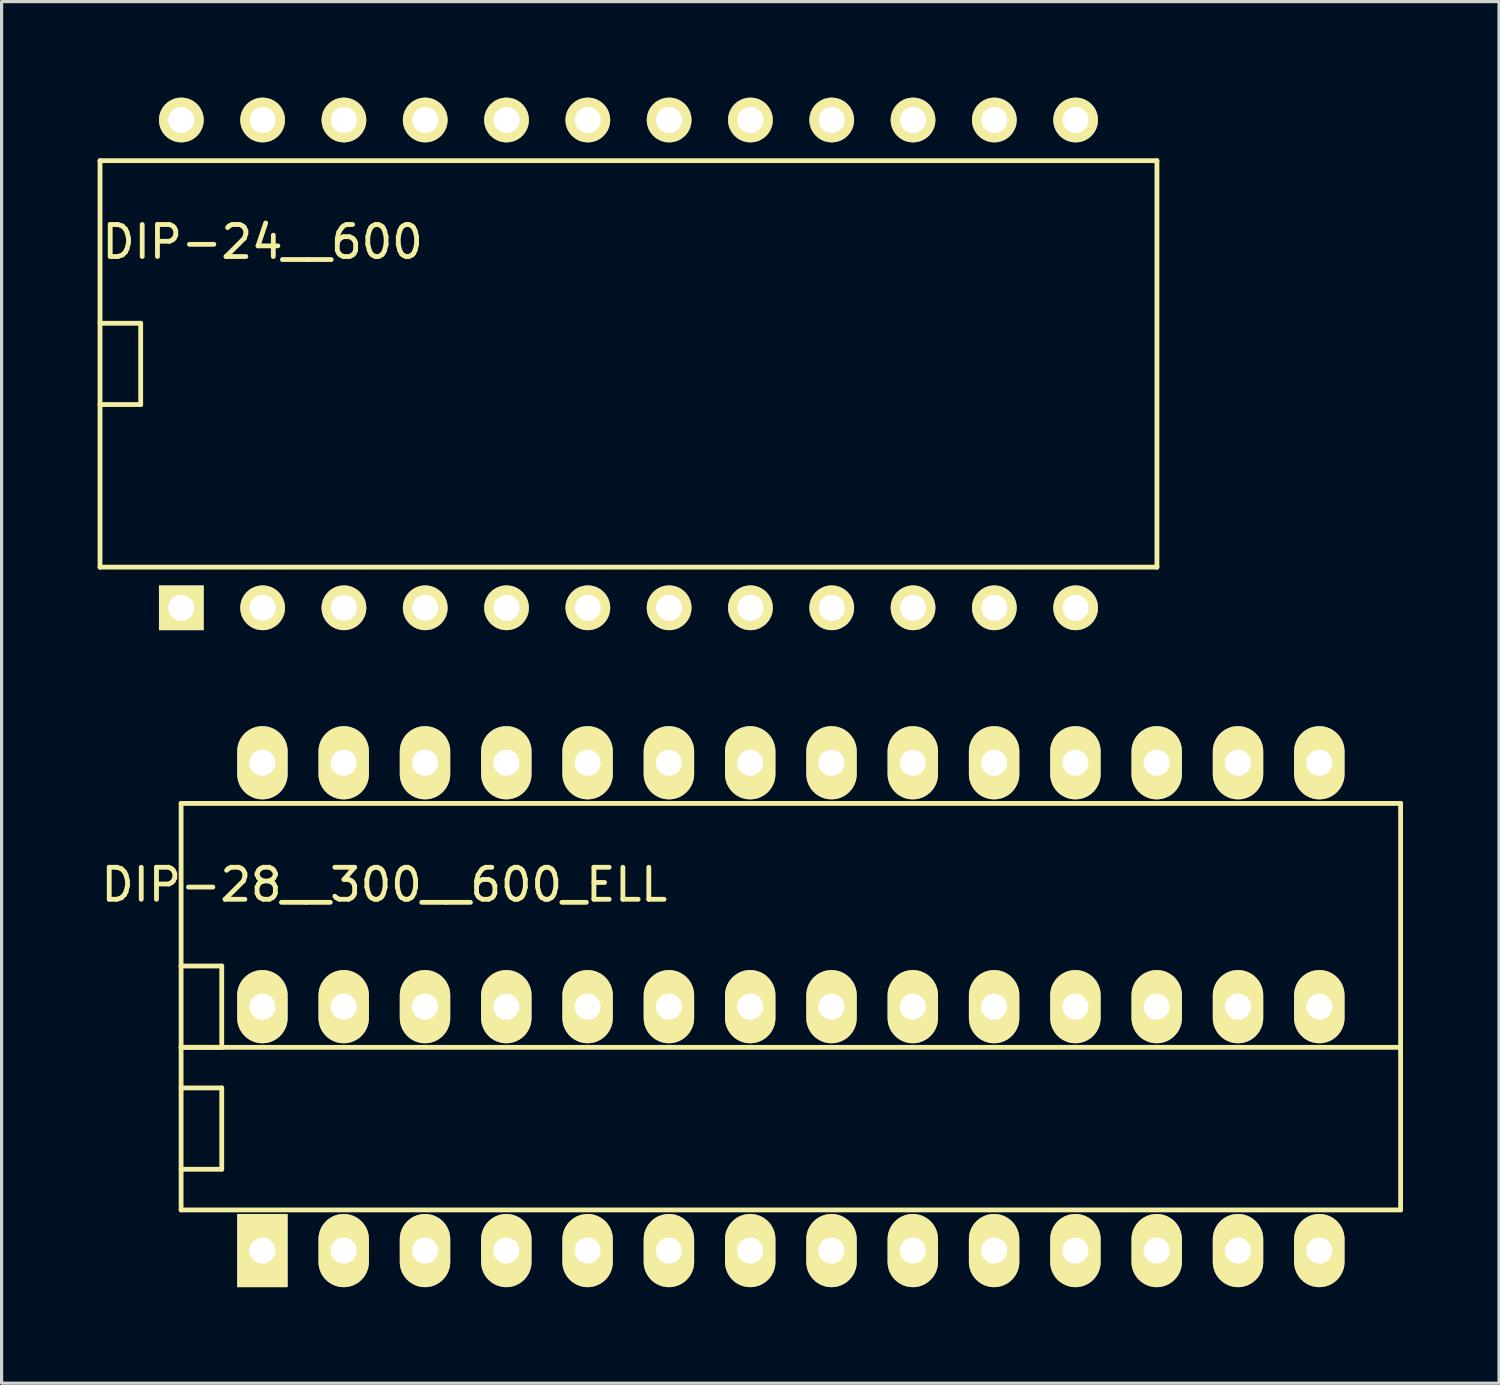
<source format=kicad_pcb>
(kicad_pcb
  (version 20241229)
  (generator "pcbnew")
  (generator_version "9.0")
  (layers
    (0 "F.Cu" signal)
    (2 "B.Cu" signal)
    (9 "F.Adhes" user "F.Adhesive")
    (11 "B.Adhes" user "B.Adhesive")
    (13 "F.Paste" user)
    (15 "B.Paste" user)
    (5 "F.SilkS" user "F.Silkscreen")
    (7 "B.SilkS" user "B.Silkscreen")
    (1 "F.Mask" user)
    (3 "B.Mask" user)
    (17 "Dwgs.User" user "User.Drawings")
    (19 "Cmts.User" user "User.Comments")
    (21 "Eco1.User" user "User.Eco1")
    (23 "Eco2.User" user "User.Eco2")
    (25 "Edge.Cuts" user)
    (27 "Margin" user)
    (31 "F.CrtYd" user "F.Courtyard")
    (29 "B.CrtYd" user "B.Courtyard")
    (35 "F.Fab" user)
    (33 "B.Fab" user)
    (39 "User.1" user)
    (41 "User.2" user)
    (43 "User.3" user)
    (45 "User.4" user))
  (footprint "DIP-24__600"
    (layer "F.Cu")
    (at 16.585 8.319)
    (property "Reference" "DIP-24__600" (at -11.43 -3.81 0) (layer "F.SilkS") (effects (font (size 1 1) (thickness 0.15))))
    (attr through_hole)
    (fp_line (start -16.51 -6.35) (end 16.51 -6.35) (stroke (width 0.15) (type solid)) (layer "F.SilkS"))
    (fp_line (start -16.51 -1.27) (end -15.24 -1.27) (stroke (width 0.15) (type solid)) (layer "F.SilkS"))
    (fp_line (start -16.51 6.35) (end -16.51 -6.35) (stroke (width 0.15) (type solid)) (layer "F.SilkS"))
    (fp_line (start -15.24 -1.27) (end -15.24 1.27) (stroke (width 0.15) (type solid)) (layer "F.SilkS"))
    (fp_line (start -15.24 1.27) (end -16.51 1.27) (stroke (width 0.15) (type solid)) (layer "F.SilkS"))
    (fp_line (start 16.51 -6.35) (end 16.51 6.35) (stroke (width 0.15) (type solid)) (layer "F.SilkS"))
    (fp_line (start 16.51 6.35) (end -16.51 6.35) (stroke (width 0.15) (type solid)) (layer "F.SilkS"))
    (pad "1" thru_hole rect (at -13.97 7.62) (size 1.397 1.397) (drill 0.813) (layers "*.Cu" "*.Mask" "F.SilkS"))
    (pad "2" thru_hole circle (at -11.43 7.62) (size 1.397 1.397) (drill 0.813) (layers "*.Cu" "*.Mask" "F.SilkS"))
    (pad "3" thru_hole circle (at -8.89 7.62) (size 1.397 1.397) (drill 0.813) (layers "*.Cu" "*.Mask" "F.SilkS"))
    (pad "4" thru_hole circle (at -6.35 7.62) (size 1.397 1.397) (drill 0.813) (layers "*.Cu" "*.Mask" "F.SilkS"))
    (pad "5" thru_hole circle (at -3.81 7.62) (size 1.397 1.397) (drill 0.813) (layers "*.Cu" "*.Mask" "F.SilkS"))
    (pad "6" thru_hole circle (at -1.27 7.62) (size 1.397 1.397) (drill 0.813) (layers "*.Cu" "*.Mask" "F.SilkS"))
    (pad "7" thru_hole circle (at 1.27 7.62) (size 1.397 1.397) (drill 0.813) (layers "*.Cu" "*.Mask" "F.SilkS"))
    (pad "8" thru_hole circle (at 3.81 7.62) (size 1.397 1.397) (drill 0.813) (layers "*.Cu" "*.Mask" "F.SilkS"))
    (pad "9" thru_hole circle (at 6.35 7.62) (size 1.397 1.397) (drill 0.813) (layers "*.Cu" "*.Mask" "F.SilkS"))
    (pad "10" thru_hole circle (at 8.89 7.62) (size 1.397 1.397) (drill 0.813) (layers "*.Cu" "*.Mask" "F.SilkS"))
    (pad "11" thru_hole circle (at 11.43 7.62) (size 1.397 1.397) (drill 0.813) (layers "*.Cu" "*.Mask" "F.SilkS"))
    (pad "12" thru_hole circle (at 13.97 7.62) (size 1.397 1.397) (drill 0.813) (layers "*.Cu" "*.Mask" "F.SilkS"))
    (pad "13" thru_hole circle (at 13.97 -7.62) (size 1.397 1.397) (drill 0.813) (layers "*.Cu" "*.Mask" "F.SilkS"))
    (pad "14" thru_hole circle (at 11.43 -7.62) (size 1.397 1.397) (drill 0.813) (layers "*.Cu" "*.Mask" "F.SilkS"))
    (pad "15" thru_hole circle (at 8.89 -7.62) (size 1.397 1.397) (drill 0.813) (layers "*.Cu" "*.Mask" "F.SilkS"))
    (pad "16" thru_hole circle (at 6.35 -7.62) (size 1.397 1.397) (drill 0.813) (layers "*.Cu" "*.Mask" "F.SilkS"))
    (pad "17" thru_hole circle (at 3.81 -7.62) (size 1.397 1.397) (drill 0.813) (layers "*.Cu" "*.Mask" "F.SilkS"))
    (pad "18" thru_hole circle (at 1.27 -7.62) (size 1.397 1.397) (drill 0.813) (layers "*.Cu" "*.Mask" "F.SilkS"))
    (pad "19" thru_hole circle (at -1.27 -7.62) (size 1.397 1.397) (drill 0.813) (layers "*.Cu" "*.Mask" "F.SilkS"))
    (pad "20" thru_hole circle (at -3.81 -7.62) (size 1.397 1.397) (drill 0.813) (layers "*.Cu" "*.Mask" "F.SilkS"))
    (pad "21" thru_hole circle (at -6.35 -7.62) (size 1.397 1.397) (drill 0.813) (layers "*.Cu" "*.Mask" "F.SilkS"))
    (pad "22" thru_hole circle (at -8.89 -7.62) (size 1.397 1.397) (drill 0.813) (layers "*.Cu" "*.Mask" "F.SilkS"))
    (pad "23" thru_hole circle (at -11.43 -7.62) (size 1.397 1.397) (drill 0.813) (layers "*.Cu" "*.Mask" "F.SilkS"))
    (pad "24" thru_hole circle (at -13.97 -7.62) (size 1.397 1.397) (drill 0.813) (layers "*.Cu" "*.Mask" "F.SilkS")))
  (footprint "DIP-28__300__600_ELL"
    (layer "F.Cu")
    (at 21.658 28.4)
    (property "Reference" "DIP-28__300__600_ELL" (at -12.7 -3.81 0) (layer "F.SilkS") (effects (font (size 1 1) (thickness 0.15))))
    (attr through_hole)
    (fp_line (start -19.05 -6.35) (end 19.05 -6.35) (stroke (width 0.15) (type solid)) (layer "F.SilkS"))
    (fp_line (start -19.05 -1.27) (end -19.05 -1.27) (stroke (width 0.15) (type solid)) (layer "F.SilkS"))
    (fp_line (start -19.05 -1.27) (end -17.78 -1.27) (stroke (width 0.15) (type solid)) (layer "F.SilkS"))
    (fp_line (start -19.05 1.27) (end 19.05 1.27) (stroke (width 0.15) (type solid)) (layer "F.SilkS"))
    (fp_line (start -19.05 2.54) (end -17.78 2.54) (stroke (width 0.15) (type solid)) (layer "F.SilkS"))
    (fp_line (start -19.05 6.35) (end -19.05 -6.35) (stroke (width 0.15) (type solid)) (layer "F.SilkS"))
    (fp_line (start -17.78 -1.27) (end -17.78 1.27) (stroke (width 0.15) (type solid)) (layer "F.SilkS"))
    (fp_line (start -17.78 1.27) (end -19.05 1.27) (stroke (width 0.15) (type solid)) (layer "F.SilkS"))
    (fp_line (start -17.78 2.54) (end -17.78 5.08) (stroke (width 0.15) (type solid)) (layer "F.SilkS"))
    (fp_line (start -17.78 5.08) (end -19.05 5.08) (stroke (width 0.15) (type solid)) (layer "F.SilkS"))
    (fp_line (start 19.05 -6.35) (end 19.05 6.35) (stroke (width 0.15) (type solid)) (layer "F.SilkS"))
    (fp_line (start 19.05 6.35) (end -19.05 6.35) (stroke (width 0.15) (type solid)) (layer "F.SilkS"))
    (pad "1" thru_hole rect (at -16.51 7.62) (size 1.575 2.286) (drill 0.813) (layers "*.Cu" "*.Mask" "F.SilkS"))
    (pad "2" thru_hole oval (at -13.97 7.62) (size 1.575 2.286) (drill 0.813) (layers "*.Cu" "*.Mask" "F.SilkS"))
    (pad "3" thru_hole oval (at -11.43 7.62) (size 1.575 2.286) (drill 0.813) (layers "*.Cu" "*.Mask" "F.SilkS"))
    (pad "4" thru_hole oval (at -8.89 7.62) (size 1.575 2.286) (drill 0.813) (layers "*.Cu" "*.Mask" "F.SilkS"))
    (pad "5" thru_hole oval (at -6.35 7.62) (size 1.575 2.286) (drill 0.813) (layers "*.Cu" "*.Mask" "F.SilkS"))
    (pad "6" thru_hole oval (at -3.81 7.62) (size 1.575 2.286) (drill 0.813) (layers "*.Cu" "*.Mask" "F.SilkS"))
    (pad "7" thru_hole oval (at -1.27 7.62) (size 1.575 2.286) (drill 0.813) (layers "*.Cu" "*.Mask" "F.SilkS"))
    (pad "8" thru_hole oval (at 1.27 7.62) (size 1.575 2.286) (drill 0.813) (layers "*.Cu" "*.Mask" "F.SilkS"))
    (pad "9" thru_hole oval (at 3.81 7.62) (size 1.575 2.286) (drill 0.813) (layers "*.Cu" "*.Mask" "F.SilkS"))
    (pad "10" thru_hole oval (at 6.35 7.62) (size 1.575 2.286) (drill 0.813) (layers "*.Cu" "*.Mask" "F.SilkS"))
    (pad "11" thru_hole oval (at 8.89 7.62) (size 1.575 2.286) (drill 0.813) (layers "*.Cu" "*.Mask" "F.SilkS"))
    (pad "12" thru_hole oval (at 11.43 7.62) (size 1.575 2.286) (drill 0.813) (layers "*.Cu" "*.Mask" "F.SilkS"))
    (pad "13" thru_hole oval (at 13.97 7.62) (size 1.575 2.286) (drill 0.813) (layers "*.Cu" "*.Mask" "F.SilkS"))
    (pad "14" thru_hole oval (at 16.51 7.62) (size 1.575 2.286) (drill 0.813) (layers "*.Cu" "*.Mask" "F.SilkS"))
    (pad "15" thru_hole oval (at 16.51 -7.62) (size 1.575 2.286) (drill 0.813) (layers "*.Cu" "*.Mask" "F.SilkS"))
    (pad "15" thru_hole oval (at 16.51 0) (size 1.575 2.286) (drill 0.813) (layers "*.Cu" "*.Mask" "F.SilkS"))
    (pad "16" thru_hole oval (at 13.97 -7.62) (size 1.575 2.286) (drill 0.813) (layers "*.Cu" "*.Mask" "F.SilkS"))
    (pad "16" thru_hole oval (at 13.97 0) (size 1.575 2.286) (drill 0.813) (layers "*.Cu" "*.Mask" "F.SilkS"))
    (pad "17" thru_hole oval (at 11.43 -7.62) (size 1.575 2.286) (drill 0.813) (layers "*.Cu" "*.Mask" "F.SilkS"))
    (pad "17" thru_hole oval (at 11.43 0) (size 1.575 2.286) (drill 0.813) (layers "*.Cu" "*.Mask" "F.SilkS"))
    (pad "18" thru_hole oval (at 8.89 -7.62) (size 1.575 2.286) (drill 0.813) (layers "*.Cu" "*.Mask" "F.SilkS"))
    (pad "18" thru_hole oval (at 8.89 0) (size 1.575 2.286) (drill 0.813) (layers "*.Cu" "*.Mask" "F.SilkS"))
    (pad "19" thru_hole oval (at 6.35 -7.62) (size 1.575 2.286) (drill 0.813) (layers "*.Cu" "*.Mask" "F.SilkS"))
    (pad "19" thru_hole oval (at 6.35 0) (size 1.575 2.286) (drill 0.813) (layers "*.Cu" "*.Mask" "F.SilkS"))
    (pad "20" thru_hole oval (at 3.81 -7.62) (size 1.575 2.286) (drill 0.813) (layers "*.Cu" "*.Mask" "F.SilkS"))
    (pad "20" thru_hole oval (at 3.81 0) (size 1.575 2.286) (drill 0.813) (layers "*.Cu" "*.Mask" "F.SilkS"))
    (pad "21" thru_hole oval (at 1.27 -7.62) (size 1.575 2.286) (drill 0.813) (layers "*.Cu" "*.Mask" "F.SilkS"))
    (pad "21" thru_hole oval (at 1.27 0) (size 1.575 2.286) (drill 0.813) (layers "*.Cu" "*.Mask" "F.SilkS"))
    (pad "22" thru_hole oval (at -1.27 -7.62) (size 1.575 2.286) (drill 0.813) (layers "*.Cu" "*.Mask" "F.SilkS"))
    (pad "22" thru_hole oval (at -1.27 0) (size 1.575 2.286) (drill 0.813) (layers "*.Cu" "*.Mask" "F.SilkS"))
    (pad "23" thru_hole oval (at -3.81 -7.62) (size 1.575 2.286) (drill 0.813) (layers "*.Cu" "*.Mask" "F.SilkS"))
    (pad "23" thru_hole oval (at -3.81 0) (size 1.575 2.286) (drill 0.813) (layers "*.Cu" "*.Mask" "F.SilkS"))
    (pad "24" thru_hole oval (at -6.35 -7.62) (size 1.575 2.286) (drill 0.813) (layers "*.Cu" "*.Mask" "F.SilkS"))
    (pad "24" thru_hole oval (at -6.35 0) (size 1.575 2.286) (drill 0.813) (layers "*.Cu" "*.Mask" "F.SilkS"))
    (pad "25" thru_hole oval (at -8.89 -7.62) (size 1.575 2.286) (drill 0.813) (layers "*.Cu" "*.Mask" "F.SilkS"))
    (pad "25" thru_hole oval (at -8.89 0) (size 1.575 2.286) (drill 0.813) (layers "*.Cu" "*.Mask" "F.SilkS"))
    (pad "26" thru_hole oval (at -11.43 -7.62) (size 1.575 2.286) (drill 0.813) (layers "*.Cu" "*.Mask" "F.SilkS"))
    (pad "26" thru_hole oval (at -11.43 0) (size 1.575 2.286) (drill 0.813) (layers "*.Cu" "*.Mask" "F.SilkS"))
    (pad "27" thru_hole oval (at -13.97 -7.62) (size 1.575 2.286) (drill 0.813) (layers "*.Cu" "*.Mask" "F.SilkS"))
    (pad "27" thru_hole oval (at -13.97 0) (size 1.575 2.286) (drill 0.813) (layers "*.Cu" "*.Mask" "F.SilkS"))
    (pad "28" thru_hole oval (at -16.51 -7.62) (size 1.575 2.286) (drill 0.813) (layers "*.Cu" "*.Mask" "F.SilkS"))
    (pad "28" thru_hole oval (at -16.51 0) (size 1.575 2.286) (drill 0.813) (layers "*.Cu" "*.Mask" "F.SilkS")))
  (gr_rect
    (start -3 -3)
    (end 43.783 40.163)
    (stroke (width 0.1) (type default))
    (fill no)
    (layer "Edge.Cuts")))
</source>
